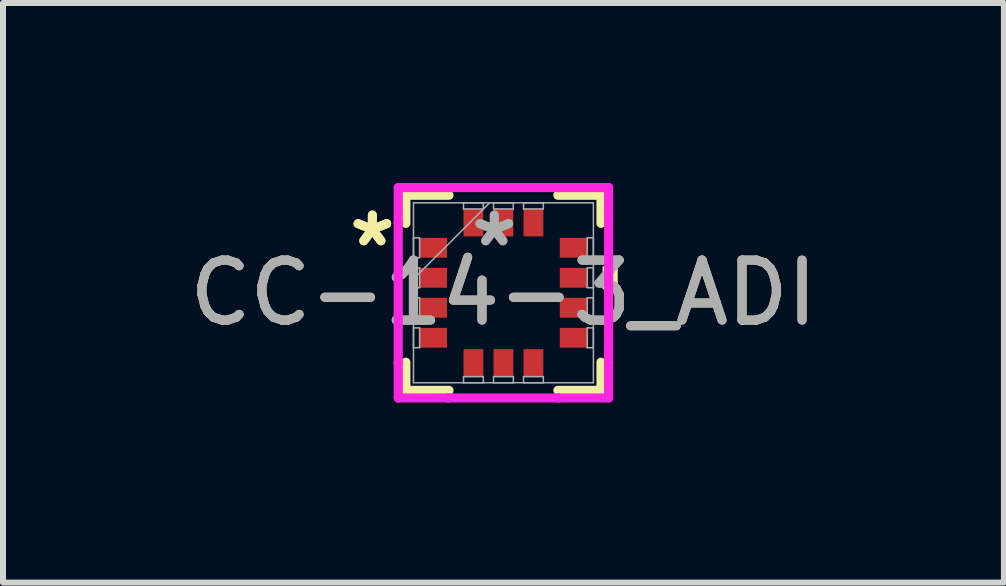
<source format=kicad_pcb>
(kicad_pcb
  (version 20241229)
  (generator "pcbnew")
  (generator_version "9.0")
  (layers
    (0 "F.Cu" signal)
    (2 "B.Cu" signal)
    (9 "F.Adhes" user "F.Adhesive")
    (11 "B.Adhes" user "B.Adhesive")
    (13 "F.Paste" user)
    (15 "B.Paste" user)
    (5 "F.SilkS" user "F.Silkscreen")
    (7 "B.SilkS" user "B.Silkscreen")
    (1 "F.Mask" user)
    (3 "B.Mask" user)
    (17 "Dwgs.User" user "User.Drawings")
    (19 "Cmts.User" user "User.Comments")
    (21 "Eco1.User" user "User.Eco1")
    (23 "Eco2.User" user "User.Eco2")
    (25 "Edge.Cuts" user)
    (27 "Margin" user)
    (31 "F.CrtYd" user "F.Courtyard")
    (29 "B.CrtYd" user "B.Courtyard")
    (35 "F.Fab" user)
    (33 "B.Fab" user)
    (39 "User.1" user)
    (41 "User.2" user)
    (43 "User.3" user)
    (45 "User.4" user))
  (footprint "CC-14-3_ADI"
    (layer "F.Cu")
    (at 5.339 1.829)
    (property "Reference" "CC-14-3_ADI" (at 0 0 0) (unlocked yes) (layer "F.SilkS") (effects (font (size 1 1) (thickness 0.15))))
    (attr smd)
    (fp_line (start -1.626 -1.626) (end -1.626 -1.157) (stroke (width 0.152) (type solid)) (layer "F.SilkS"))
    (fp_line (start -1.626 1.157) (end -1.626 1.626) (stroke (width 0.152) (type solid)) (layer "F.SilkS"))
    (fp_line (start -1.626 1.626) (end -0.907 1.626) (stroke (width 0.152) (type solid)) (layer "F.SilkS"))
    (fp_line (start -0.907 -1.626) (end -1.626 -1.626) (stroke (width 0.152) (type solid)) (layer "F.SilkS"))
    (fp_line (start 0.907 1.626) (end 1.626 1.626) (stroke (width 0.152) (type solid)) (layer "F.SilkS"))
    (fp_line (start 1.626 -1.626) (end 0.907 -1.626) (stroke (width 0.152) (type solid)) (layer "F.SilkS"))
    (fp_line (start 1.626 -1.157) (end 1.626 -1.626) (stroke (width 0.152) (type solid)) (layer "F.SilkS"))
    (fp_line (start 1.626 1.626) (end 1.626 1.157) (stroke (width 0.152) (type solid)) (layer "F.SilkS"))
    (fp_poly (pts (xy 1.905 -0.441) (xy 1.905 -0.059) (xy 1.651 -0.059) (xy 1.651 -0.441)) (stroke (width 0) (type solid)) (fill yes) (layer "F.SilkS"))
    (fp_line (start -1.753 -1.753) (end -0.919 -1.753) (stroke (width 0.152) (type solid)) (layer "F.CrtYd"))
    (fp_line (start -1.753 -1.169) (end -1.753 -1.753) (stroke (width 0.152) (type solid)) (layer "F.CrtYd"))
    (fp_line (start -1.753 -1.169) (end -1.753 -1.169) (stroke (width 0.152) (type solid)) (layer "F.CrtYd"))
    (fp_line (start -1.753 1.169) (end -1.753 -1.169) (stroke (width 0.152) (type solid)) (layer "F.CrtYd"))
    (fp_line (start -1.753 1.169) (end -1.753 1.169) (stroke (width 0.152) (type solid)) (layer "F.CrtYd"))
    (fp_line (start -1.753 1.753) (end -1.753 1.169) (stroke (width 0.152) (type solid)) (layer "F.CrtYd"))
    (fp_line (start -0.919 -1.753) (end -0.919 -1.753) (stroke (width 0.152) (type solid)) (layer "F.CrtYd"))
    (fp_line (start -0.919 -1.753) (end 0.919 -1.753) (stroke (width 0.152) (type solid)) (layer "F.CrtYd"))
    (fp_line (start -0.919 1.753) (end -1.753 1.753) (stroke (width 0.152) (type solid)) (layer "F.CrtYd"))
    (fp_line (start -0.919 1.753) (end -0.919 1.753) (stroke (width 0.152) (type solid)) (layer "F.CrtYd"))
    (fp_line (start 0.919 -1.753) (end 0.919 -1.753) (stroke (width 0.152) (type solid)) (layer "F.CrtYd"))
    (fp_line (start 0.919 -1.753) (end 1.753 -1.753) (stroke (width 0.152) (type solid)) (layer "F.CrtYd"))
    (fp_line (start 0.919 1.753) (end -0.919 1.753) (stroke (width 0.152) (type solid)) (layer "F.CrtYd"))
    (fp_line (start 0.919 1.753) (end 0.919 1.753) (stroke (width 0.152) (type solid)) (layer "F.CrtYd"))
    (fp_line (start 1.753 -1.753) (end 1.753 -1.169) (stroke (width 0.152) (type solid)) (layer "F.CrtYd"))
    (fp_line (start 1.753 -1.169) (end 1.753 -1.169) (stroke (width 0.152) (type solid)) (layer "F.CrtYd"))
    (fp_line (start 1.753 -1.169) (end 1.753 1.169) (stroke (width 0.152) (type solid)) (layer "F.CrtYd"))
    (fp_line (start 1.753 1.169) (end 1.753 1.169) (stroke (width 0.152) (type solid)) (layer "F.CrtYd"))
    (fp_line (start 1.753 1.169) (end 1.753 1.753) (stroke (width 0.152) (type solid)) (layer "F.CrtYd"))
    (fp_line (start 1.753 1.753) (end 0.919 1.753) (stroke (width 0.152) (type solid)) (layer "F.CrtYd"))
    (fp_line (start -1.499 -1.499) (end -1.499 1.499) (stroke (width 0.025) (type solid)) (layer "F.Fab"))
    (fp_line (start -1.499 -0.915) (end -1.397 -0.915) (stroke (width 0.025) (type solid)) (layer "F.Fab"))
    (fp_line (start -1.499 -0.585) (end -1.499 -0.915) (stroke (width 0.025) (type solid)) (layer "F.Fab"))
    (fp_line (start -1.499 -0.415) (end -1.397 -0.415) (stroke (width 0.025) (type solid)) (layer "F.Fab"))
    (fp_line (start -1.499 -0.229) (end -0.229 -1.499) (stroke (width 0.025) (type solid)) (layer "F.Fab"))
    (fp_line (start -1.499 -0.085) (end -1.499 -0.415) (stroke (width 0.025) (type solid)) (layer "F.Fab"))
    (fp_line (start -1.499 0.085) (end -1.397 0.085) (stroke (width 0.025) (type solid)) (layer "F.Fab"))
    (fp_line (start -1.499 0.415) (end -1.499 0.085) (stroke (width 0.025) (type solid)) (layer "F.Fab"))
    (fp_line (start -1.499 0.585) (end -1.397 0.585) (stroke (width 0.025) (type solid)) (layer "F.Fab"))
    (fp_line (start -1.499 0.915) (end -1.499 0.585) (stroke (width 0.025) (type solid)) (layer "F.Fab"))
    (fp_line (start -1.499 1.499) (end 1.499 1.499) (stroke (width 0.025) (type solid)) (layer "F.Fab"))
    (fp_line (start -1.397 -0.915) (end -1.397 -0.585) (stroke (width 0.025) (type solid)) (layer "F.Fab"))
    (fp_line (start -1.397 -0.585) (end -1.499 -0.585) (stroke (width 0.025) (type solid)) (layer "F.Fab"))
    (fp_line (start -1.397 -0.415) (end -1.397 -0.085) (stroke (width 0.025) (type solid)) (layer "F.Fab"))
    (fp_line (start -1.397 -0.085) (end -1.499 -0.085) (stroke (width 0.025) (type solid)) (layer "F.Fab"))
    (fp_line (start -1.397 0.085) (end -1.397 0.415) (stroke (width 0.025) (type solid)) (layer "F.Fab"))
    (fp_line (start -1.397 0.415) (end -1.499 0.415) (stroke (width 0.025) (type solid)) (layer "F.Fab"))
    (fp_line (start -1.397 0.585) (end -1.397 0.915) (stroke (width 0.025) (type solid)) (layer "F.Fab"))
    (fp_line (start -1.397 0.915) (end -1.499 0.915) (stroke (width 0.025) (type solid)) (layer "F.Fab"))
    (fp_line (start -0.665 -1.499) (end -0.335 -1.499) (stroke (width 0.025) (type solid)) (layer "F.Fab"))
    (fp_line (start -0.665 -1.397) (end -0.665 -1.499) (stroke (width 0.025) (type solid)) (layer "F.Fab"))
    (fp_line (start -0.665 1.397) (end -0.335 1.397) (stroke (width 0.025) (type solid)) (layer "F.Fab"))
    (fp_line (start -0.665 1.499) (end -0.665 1.397) (stroke (width 0.025) (type solid)) (layer "F.Fab"))
    (fp_line (start -0.335 -1.499) (end -0.335 -1.397) (stroke (width 0.025) (type solid)) (layer "F.Fab"))
    (fp_line (start -0.335 -1.397) (end -0.665 -1.397) (stroke (width 0.025) (type solid)) (layer "F.Fab"))
    (fp_line (start -0.335 1.397) (end -0.335 1.499) (stroke (width 0.025) (type solid)) (layer "F.Fab"))
    (fp_line (start -0.335 1.499) (end -0.665 1.499) (stroke (width 0.025) (type solid)) (layer "F.Fab"))
    (fp_line (start -0.165 -1.499) (end 0.165 -1.499) (stroke (width 0.025) (type solid)) (layer "F.Fab"))
    (fp_line (start -0.165 -1.397) (end -0.165 -1.499) (stroke (width 0.025) (type solid)) (layer "F.Fab"))
    (fp_line (start -0.165 1.397) (end 0.165 1.397) (stroke (width 0.025) (type solid)) (layer "F.Fab"))
    (fp_line (start -0.165 1.499) (end -0.165 1.397) (stroke (width 0.025) (type solid)) (layer "F.Fab"))
    (fp_line (start 0.165 -1.499) (end 0.165 -1.397) (stroke (width 0.025) (type solid)) (layer "F.Fab"))
    (fp_line (start 0.165 -1.397) (end -0.165 -1.397) (stroke (width 0.025) (type solid)) (layer "F.Fab"))
    (fp_line (start 0.165 1.397) (end 0.165 1.499) (stroke (width 0.025) (type solid)) (layer "F.Fab"))
    (fp_line (start 0.165 1.499) (end -0.165 1.499) (stroke (width 0.025) (type solid)) (layer "F.Fab"))
    (fp_line (start 0.335 -1.499) (end 0.665 -1.499) (stroke (width 0.025) (type solid)) (layer "F.Fab"))
    (fp_line (start 0.335 -1.397) (end 0.335 -1.499) (stroke (width 0.025) (type solid)) (layer "F.Fab"))
    (fp_line (start 0.335 1.397) (end 0.665 1.397) (stroke (width 0.025) (type solid)) (layer "F.Fab"))
    (fp_line (start 0.335 1.499) (end 0.335 1.397) (stroke (width 0.025) (type solid)) (layer "F.Fab"))
    (fp_line (start 0.665 -1.499) (end 0.665 -1.397) (stroke (width 0.025) (type solid)) (layer "F.Fab"))
    (fp_line (start 0.665 -1.397) (end 0.335 -1.397) (stroke (width 0.025) (type solid)) (layer "F.Fab"))
    (fp_line (start 0.665 1.397) (end 0.665 1.499) (stroke (width 0.025) (type solid)) (layer "F.Fab"))
    (fp_line (start 0.665 1.499) (end 0.335 1.499) (stroke (width 0.025) (type solid)) (layer "F.Fab"))
    (fp_line (start 1.397 -0.915) (end 1.499 -0.915) (stroke (width 0.025) (type solid)) (layer "F.Fab"))
    (fp_line (start 1.397 -0.585) (end 1.397 -0.915) (stroke (width 0.025) (type solid)) (layer "F.Fab"))
    (fp_line (start 1.397 -0.415) (end 1.499 -0.415) (stroke (width 0.025) (type solid)) (layer "F.Fab"))
    (fp_line (start 1.397 -0.085) (end 1.397 -0.415) (stroke (width 0.025) (type solid)) (layer "F.Fab"))
    (fp_line (start 1.397 0.085) (end 1.499 0.085) (stroke (width 0.025) (type solid)) (layer "F.Fab"))
    (fp_line (start 1.397 0.415) (end 1.397 0.085) (stroke (width 0.025) (type solid)) (layer "F.Fab"))
    (fp_line (start 1.397 0.585) (end 1.499 0.585) (stroke (width 0.025) (type solid)) (layer "F.Fab"))
    (fp_line (start 1.397 0.915) (end 1.397 0.585) (stroke (width 0.025) (type solid)) (layer "F.Fab"))
    (fp_line (start 1.499 -1.499) (end -1.499 -1.499) (stroke (width 0.025) (type solid)) (layer "F.Fab"))
    (fp_line (start 1.499 -0.915) (end 1.499 -0.585) (stroke (width 0.025) (type solid)) (layer "F.Fab"))
    (fp_line (start 1.499 -0.585) (end 1.397 -0.585) (stroke (width 0.025) (type solid)) (layer "F.Fab"))
    (fp_line (start 1.499 -0.415) (end 1.499 -0.085) (stroke (width 0.025) (type solid)) (layer "F.Fab"))
    (fp_line (start 1.499 -0.085) (end 1.397 -0.085) (stroke (width 0.025) (type solid)) (layer "F.Fab"))
    (fp_line (start 1.499 0.085) (end 1.499 0.415) (stroke (width 0.025) (type solid)) (layer "F.Fab"))
    (fp_line (start 1.499 0.415) (end 1.397 0.415) (stroke (width 0.025) (type solid)) (layer "F.Fab"))
    (fp_line (start 1.499 0.585) (end 1.499 0.915) (stroke (width 0.025) (type solid)) (layer "F.Fab"))
    (fp_line (start 1.499 0.915) (end 1.397 0.915) (stroke (width 0.025) (type solid)) (layer "F.Fab"))
    (fp_line (start 1.499 1.499) (end 1.499 -1.499) (stroke (width 0.025) (type solid)) (layer "F.Fab"))
    (fp_text user "*" (at -2.184 -0.75 0) (layer "F.SilkS") (effects (font (size 1 1) (thickness 0.15))))
    (fp_text user "*" (at -2.184 -0.75 0) (unlocked yes) (layer "F.SilkS") (effects (font (size 1 1) (thickness 0.15))))
    (fp_text user "${REFERENCE}" (at 0 0 0) (unlocked yes) (layer "F.Fab") (effects (font (size 1 1) (thickness 0.15))))
    (fp_text user "*" (at -0.152 -0.75 0) (unlocked yes) (layer "F.Fab") (effects (font (size 1 1) (thickness 0.15))))
    (fp_text user "*" (at -0.152 -0.75 0) (layer "F.Fab") (effects (font (size 1 1) (thickness 0.15))))
    (pad "1" smd rect (at -1.168 -0.75 90) (size 0.33 0.457) (layers "F.Cu" "F.Mask" "F.Paste"))
    (pad "2" smd rect (at -1.168 -0.25 90) (size 0.33 0.457) (layers "F.Cu" "F.Mask" "F.Paste"))
    (pad "3" smd rect (at -1.168 0.25 90) (size 0.33 0.457) (layers "F.Cu" "F.Mask" "F.Paste"))
    (pad "4" smd rect (at -1.168 0.75 90) (size 0.33 0.457) (layers "F.Cu" "F.Mask" "F.Paste"))
    (pad "5" smd rect (at -0.5 1.168) (size 0.33 0.457) (layers "F.Cu" "F.Mask" "F.Paste"))
    (pad "6" smd rect (at 0 1.168) (size 0.33 0.457) (layers "F.Cu" "F.Mask" "F.Paste"))
    (pad "7" smd rect (at 0.5 1.168) (size 0.33 0.457) (layers "F.Cu" "F.Mask" "F.Paste"))
    (pad "8" smd rect (at 1.168 0.75 90) (size 0.33 0.457) (layers "F.Cu" "F.Mask" "F.Paste"))
    (pad "9" smd rect (at 1.168 0.25 90) (size 0.33 0.457) (layers "F.Cu" "F.Mask" "F.Paste"))
    (pad "10" smd rect (at 1.168 -0.25 90) (size 0.33 0.457) (layers "F.Cu" "F.Mask" "F.Paste"))
    (pad "11" smd rect (at 1.168 -0.75 90) (size 0.33 0.457) (layers "F.Cu" "F.Mask" "F.Paste"))
    (pad "12" smd rect (at 0.5 -1.168) (size 0.33 0.457) (layers "F.Cu" "F.Mask" "F.Paste"))
    (pad "13" smd rect (at 0 -1.168) (size 0.33 0.457) (layers "F.Cu" "F.Mask" "F.Paste"))
    (pad "14" smd rect (at -0.5 -1.168) (size 0.33 0.457) (layers "F.Cu" "F.Mask" "F.Paste")))
  (gr_rect
    (start -3 -3)
    (end 13.679 6.658)
    (stroke (width 0.1) (type default))
    (fill no)
    (layer "Edge.Cuts")))
</source>
